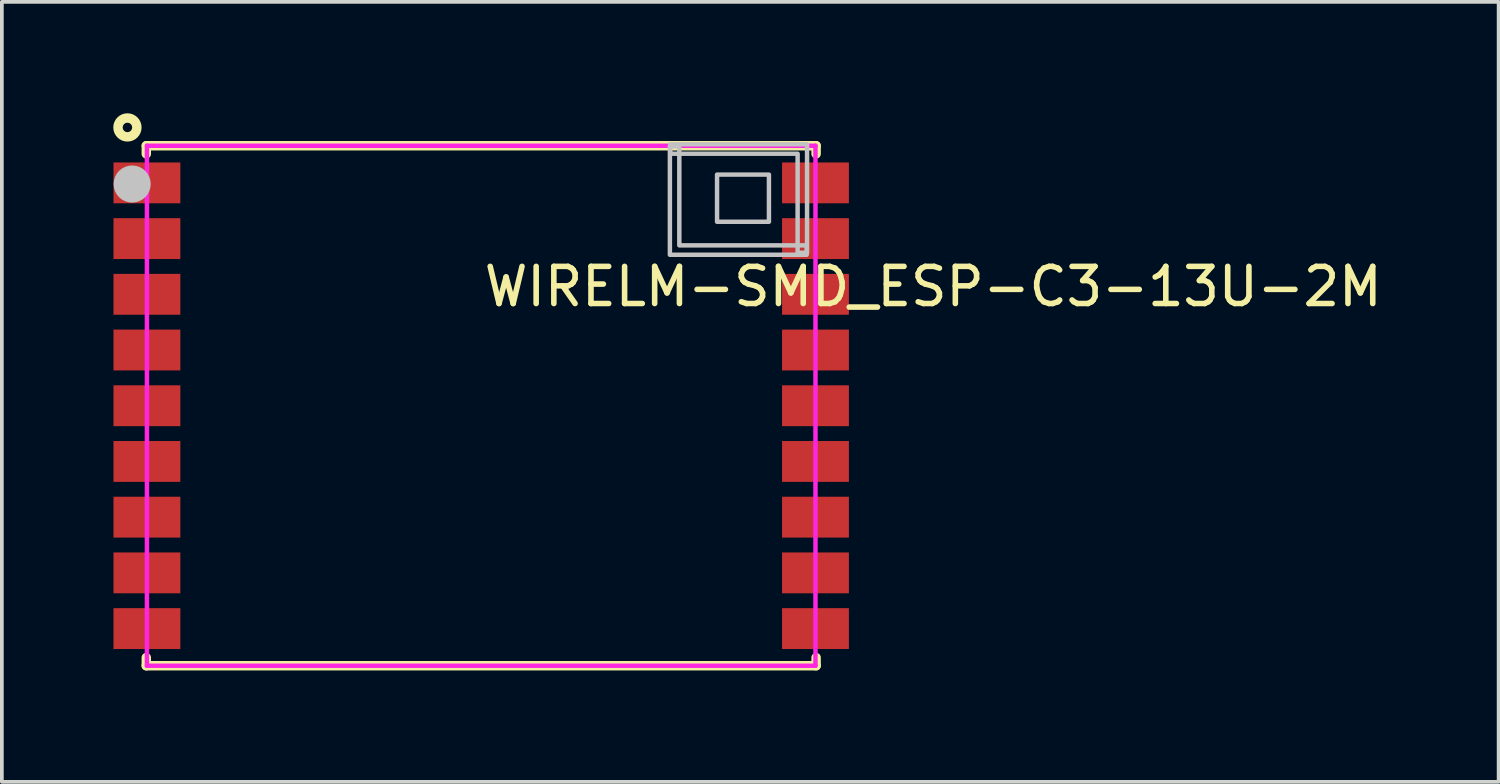
<source format=kicad_pcb>
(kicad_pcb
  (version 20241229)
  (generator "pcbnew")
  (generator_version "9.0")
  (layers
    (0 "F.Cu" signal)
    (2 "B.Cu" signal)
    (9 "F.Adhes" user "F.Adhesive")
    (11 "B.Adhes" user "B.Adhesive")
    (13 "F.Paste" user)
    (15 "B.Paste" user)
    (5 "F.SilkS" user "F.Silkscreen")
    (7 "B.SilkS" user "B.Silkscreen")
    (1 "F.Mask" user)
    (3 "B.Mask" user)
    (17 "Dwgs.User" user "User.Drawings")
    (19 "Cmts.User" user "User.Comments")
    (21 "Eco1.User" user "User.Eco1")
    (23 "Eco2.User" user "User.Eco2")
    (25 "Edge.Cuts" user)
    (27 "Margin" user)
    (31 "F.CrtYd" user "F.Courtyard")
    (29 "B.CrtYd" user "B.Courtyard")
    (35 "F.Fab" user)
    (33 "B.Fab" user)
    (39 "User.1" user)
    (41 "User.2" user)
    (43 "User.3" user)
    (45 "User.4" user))
  (footprint "WIRELM-SMD_ESP-C3-13U-2M"
    (layer "F.Cu")
    (at 9.906 7.874)
    (property "Reference" "WIRELM-SMD_ESP-C3-13U-2M" (at 0 -3.207 0) (layer "F.SilkS") (effects (font (size 1 1) (thickness 0.15)) (justify left)))
    (attr through_hole)
    (fp_line (start -9.018 7) (end 9.016 7) (stroke (width 0.254) (type solid)) (layer "F.SilkS"))
    (fp_line (start -9.017 -7) (end -9.017 -6.781) (stroke (width 0.254) (type solid)) (layer "F.SilkS"))
    (fp_line (start -9.017 -7) (end 9.017 -7) (stroke (width 0.254) (type solid)) (layer "F.SilkS"))
    (fp_line (start -9.017 6.781) (end -9.017 7) (stroke (width 0.254) (type solid)) (layer "F.SilkS"))
    (fp_line (start 9.017 -7) (end 9.017 -6.781) (stroke (width 0.254) (type solid)) (layer "F.SilkS"))
    (fp_line (start 9.017 6.781) (end 9.017 7) (stroke (width 0.254) (type solid)) (layer "F.SilkS"))
    (fp_circle (center -9.525 -7.493) (end -9.271 -7.493) (stroke (width 0.254) (type solid)) (fill no) (layer "F.SilkS"))
    (fp_circle (center -9.398 -5.969) (end -9.148 -5.969) (stroke (width 0.5) (type solid)) (fill no) (layer "Dwgs.User"))
    (fp_poly (pts (xy 6.35 -6.223) (xy 6.35 -4.953) (xy 7.747 -4.953) (xy 7.747 -6.223)) (stroke (width 0.12) (type solid)) (fill no) (layer "Dwgs.User"))
    (fp_poly (pts (xy 5.08 -6.985) (xy 5.08 -4.064) (xy 8.763 -4.064) (xy 8.763 -4.318) (xy 5.334 -4.318) (xy 5.334 -6.985)) (stroke (width 0.12) (type solid)) (fill no) (layer "Dwgs.User"))
    (fp_poly (pts (xy 8.773 -4.118) (xy 8.773 -7.039) (xy 5.09 -7.039) (xy 5.09 -6.785) (xy 8.519 -6.785) (xy 8.519 -4.118)) (stroke (width 0.12) (type solid)) (fill no) (layer "Dwgs.User"))
    (fp_circle (center -9 -7) (end -8.97 -7) (stroke (width 0.06) (type solid)) (fill no) (layer "Eco2.User"))
    (fp_poly (pts (xy -9 -6.45) (xy -7.7 -6.45) (xy -7.7 -5.55) (xy -9 -5.55)) (stroke (width 0.12) (type solid)) (fill no) (layer "Eco2.User"))
    (fp_poly (pts (xy -9 -4.95) (xy -7.7 -4.95) (xy -7.7 -4.05) (xy -9 -4.05)) (stroke (width 0.12) (type solid)) (fill no) (layer "Eco2.User"))
    (fp_poly (pts (xy -9 -3.45) (xy -7.7 -3.45) (xy -7.7 -2.55) (xy -9 -2.55)) (stroke (width 0.12) (type solid)) (fill no) (layer "Eco2.User"))
    (fp_poly (pts (xy -9 -1.95) (xy -7.7 -1.95) (xy -7.7 -1.05) (xy -9 -1.05)) (stroke (width 0.12) (type solid)) (fill no) (layer "Eco2.User"))
    (fp_poly (pts (xy -9 -0.45) (xy -7.7 -0.45) (xy -7.7 0.45) (xy -9 0.45)) (stroke (width 0.12) (type solid)) (fill no) (layer "Eco2.User"))
    (fp_poly (pts (xy -9 1.05) (xy -7.7 1.05) (xy -7.7 1.95) (xy -9 1.95)) (stroke (width 0.12) (type solid)) (fill no) (layer "Eco2.User"))
    (fp_poly (pts (xy -9 2.55) (xy -7.7 2.55) (xy -7.7 3.45) (xy -9 3.45)) (stroke (width 0.12) (type solid)) (fill no) (layer "Eco2.User"))
    (fp_poly (pts (xy -9 4.05) (xy -7.7 4.05) (xy -7.7 4.95) (xy -9 4.95)) (stroke (width 0.12) (type solid)) (fill no) (layer "Eco2.User"))
    (fp_poly (pts (xy -9 5.55) (xy -7.7 5.55) (xy -7.7 6.45) (xy -9 6.45)) (stroke (width 0.12) (type solid)) (fill no) (layer "Eco2.User"))
    (fp_poly (pts (xy 7.7 -6.45) (xy 9 -6.45) (xy 9 -5.55) (xy 7.7 -5.55)) (stroke (width 0.12) (type solid)) (fill no) (layer "Eco2.User"))
    (fp_poly (pts (xy 7.7 -4.95) (xy 9 -4.95) (xy 9 -4.05) (xy 7.7 -4.05)) (stroke (width 0.12) (type solid)) (fill no) (layer "Eco2.User"))
    (fp_poly (pts (xy 7.7 -3.45) (xy 9 -3.45) (xy 9 -2.55) (xy 7.7 -2.55)) (stroke (width 0.12) (type solid)) (fill no) (layer "Eco2.User"))
    (fp_poly (pts (xy 7.7 -1.95) (xy 9 -1.95) (xy 9 -1.05) (xy 7.7 -1.05)) (stroke (width 0.12) (type solid)) (fill no) (layer "Eco2.User"))
    (fp_poly (pts (xy 7.7 -0.45) (xy 9 -0.45) (xy 9 0.45) (xy 7.7 0.45)) (stroke (width 0.12) (type solid)) (fill no) (layer "Eco2.User"))
    (fp_poly (pts (xy 7.7 1.05) (xy 9 1.05) (xy 9 1.95) (xy 7.7 1.95)) (stroke (width 0.12) (type solid)) (fill no) (layer "Eco2.User"))
    (fp_poly (pts (xy 7.7 2.55) (xy 9 2.55) (xy 9 3.45) (xy 7.7 3.45)) (stroke (width 0.12) (type solid)) (fill no) (layer "Eco2.User"))
    (fp_poly (pts (xy 7.7 4.05) (xy 9 4.05) (xy 9 4.95) (xy 7.7 4.95)) (stroke (width 0.12) (type solid)) (fill no) (layer "Eco2.User"))
    (fp_poly (pts (xy 7.7 5.55) (xy 9 5.55) (xy 9 6.45) (xy 7.7 6.45)) (stroke (width 0.12) (type solid)) (fill no) (layer "Eco2.User"))
    (fp_line (start -9 -7) (end 9 -7) (stroke (width 0.12) (type solid)) (layer "F.CrtYd"))
    (fp_line (start -9 7) (end -9 -7) (stroke (width 0.12) (type solid)) (layer "F.CrtYd"))
    (fp_line (start 9 -7) (end 9 7) (stroke (width 0.12) (type solid)) (layer "F.CrtYd"))
    (fp_line (start 9 7) (end -9 7) (stroke (width 0.12) (type solid)) (layer "F.CrtYd"))
    (pad "1" smd rect (at -9 -6) (size 1.8 1.1) (layers "F.Cu" "F.Mask" "F.Paste"))
    (pad "2" smd rect (at -9 -4.5) (size 1.8 1.1) (layers "F.Cu" "F.Mask" "F.Paste"))
    (pad "3" smd rect (at -9 -3) (size 1.8 1.1) (layers "F.Cu" "F.Mask" "F.Paste"))
    (pad "4" smd rect (at -9 -1.5) (size 1.8 1.1) (layers "F.Cu" "F.Mask" "F.Paste"))
    (pad "5" smd rect (at -9 0) (size 1.8 1.1) (layers "F.Cu" "F.Mask" "F.Paste"))
    (pad "6" smd rect (at -9 1.5) (size 1.8 1.1) (layers "F.Cu" "F.Mask" "F.Paste"))
    (pad "7" smd rect (at -9 3) (size 1.8 1.1) (layers "F.Cu" "F.Mask" "F.Paste"))
    (pad "8" smd rect (at -9 4.5) (size 1.8 1.1) (layers "F.Cu" "F.Mask" "F.Paste"))
    (pad "9" smd rect (at -9 6) (size 1.8 1.1) (layers "F.Cu" "F.Mask" "F.Paste"))
    (pad "10" smd rect (at 9 6) (size 1.8 1.1) (layers "F.Cu" "F.Mask" "F.Paste"))
    (pad "11" smd rect (at 9 4.5) (size 1.8 1.1) (layers "F.Cu" "F.Mask" "F.Paste"))
    (pad "12" smd rect (at 9 3) (size 1.8 1.1) (layers "F.Cu" "F.Mask" "F.Paste"))
    (pad "13" smd rect (at 9 1.5) (size 1.8 1.1) (layers "F.Cu" "F.Mask" "F.Paste"))
    (pad "14" smd rect (at 9 0) (size 1.8 1.1) (layers "F.Cu" "F.Mask" "F.Paste"))
    (pad "15" smd rect (at 9 -1.5) (size 1.8 1.1) (layers "F.Cu" "F.Mask" "F.Paste"))
    (pad "16" smd rect (at 9 -3) (size 1.8 1.1) (layers "F.Cu" "F.Mask" "F.Paste"))
    (pad "17" smd rect (at 9 -4.5) (size 1.8 1.1) (layers "F.Cu" "F.Mask" "F.Paste"))
    (pad "18" smd rect (at 9 -6) (size 1.8 1.1) (layers "F.Cu" "F.Mask" "F.Paste")))
  (gr_rect
    (start -3 -3)
    (end 37.299 18.001)
    (stroke (width 0.1) (type default))
    (fill no)
    (layer "Edge.Cuts")))
</source>
